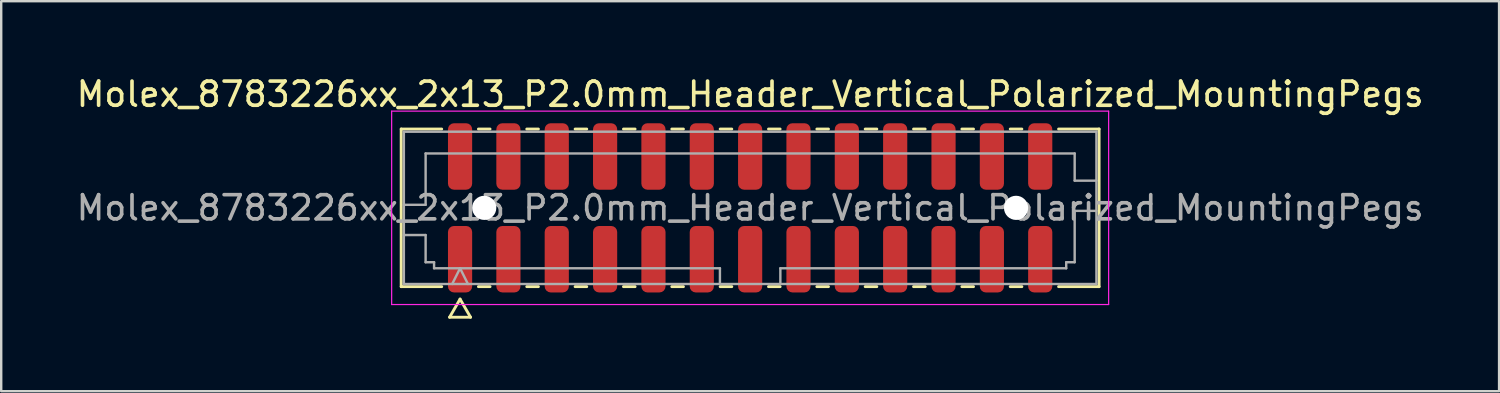
<source format=kicad_pcb>
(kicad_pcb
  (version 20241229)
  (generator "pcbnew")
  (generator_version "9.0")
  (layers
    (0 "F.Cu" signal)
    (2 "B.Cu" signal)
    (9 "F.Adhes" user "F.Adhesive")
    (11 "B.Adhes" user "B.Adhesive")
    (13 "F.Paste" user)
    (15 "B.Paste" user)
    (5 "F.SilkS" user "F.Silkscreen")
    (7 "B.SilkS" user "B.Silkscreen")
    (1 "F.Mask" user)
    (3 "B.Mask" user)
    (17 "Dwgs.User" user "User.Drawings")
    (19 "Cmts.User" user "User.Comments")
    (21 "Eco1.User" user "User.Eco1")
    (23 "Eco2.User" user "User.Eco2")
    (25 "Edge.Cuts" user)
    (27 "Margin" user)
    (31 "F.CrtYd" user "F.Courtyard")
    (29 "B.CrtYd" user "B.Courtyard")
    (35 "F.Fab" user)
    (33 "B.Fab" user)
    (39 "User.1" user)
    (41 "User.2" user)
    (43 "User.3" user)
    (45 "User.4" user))
  (footprint "Molex_8783226xx_2x13_P2.0mm_Header_Vertical_Polarized_MountingPegs"
    (layer "F.Cu")
    (at 27.982 5.548)
    (property "Reference" "Molex_8783226xx_2x13_P2.0mm_Header_Vertical_Polarized_MountingPegs" (at 0 -4.7 0) (layer "F.SilkS") (effects (font (size 1 1) (thickness 0.15))))
    (attr smd)
    (fp_line (start -14.435 -3.26) (end -12.76 -3.26) (stroke (width 0.12) (type solid)) (layer "F.SilkS"))
    (fp_line (start -14.435 3.26) (end -14.435 -3.26) (stroke (width 0.12) (type solid)) (layer "F.SilkS"))
    (fp_line (start -12.76 3.26) (end -14.435 3.26) (stroke (width 0.12) (type solid)) (layer "F.SilkS"))
    (fp_line (start -12.433 4.525) (end -12 3.775) (stroke (width 0.12) (type solid)) (layer "F.SilkS"))
    (fp_line (start -12 3.775) (end -11.567 4.525) (stroke (width 0.12) (type solid)) (layer "F.SilkS"))
    (fp_line (start -11.567 4.525) (end -12.433 4.525) (stroke (width 0.12) (type solid)) (layer "F.SilkS"))
    (fp_line (start -11.24 -3.26) (end -10.76 -3.26) (stroke (width 0.12) (type solid)) (layer "F.SilkS"))
    (fp_line (start -10.76 3.26) (end -11.24 3.26) (stroke (width 0.12) (type solid)) (layer "F.SilkS"))
    (fp_line (start -9.24 -3.26) (end -8.76 -3.26) (stroke (width 0.12) (type solid)) (layer "F.SilkS"))
    (fp_line (start -8.76 3.26) (end -9.24 3.26) (stroke (width 0.12) (type solid)) (layer "F.SilkS"))
    (fp_line (start -7.24 -3.26) (end -6.76 -3.26) (stroke (width 0.12) (type solid)) (layer "F.SilkS"))
    (fp_line (start -6.76 3.26) (end -7.24 3.26) (stroke (width 0.12) (type solid)) (layer "F.SilkS"))
    (fp_line (start -5.24 -3.26) (end -4.76 -3.26) (stroke (width 0.12) (type solid)) (layer "F.SilkS"))
    (fp_line (start -4.76 3.26) (end -5.24 3.26) (stroke (width 0.12) (type solid)) (layer "F.SilkS"))
    (fp_line (start -3.24 -3.26) (end -2.76 -3.26) (stroke (width 0.12) (type solid)) (layer "F.SilkS"))
    (fp_line (start -2.76 3.26) (end -3.24 3.26) (stroke (width 0.12) (type solid)) (layer "F.SilkS"))
    (fp_line (start -1.24 -3.26) (end -0.76 -3.26) (stroke (width 0.12) (type solid)) (layer "F.SilkS"))
    (fp_line (start -0.76 3.26) (end -1.24 3.26) (stroke (width 0.12) (type solid)) (layer "F.SilkS"))
    (fp_line (start 0.76 -3.26) (end 1.24 -3.26) (stroke (width 0.12) (type solid)) (layer "F.SilkS"))
    (fp_line (start 1.24 3.26) (end 0.76 3.26) (stroke (width 0.12) (type solid)) (layer "F.SilkS"))
    (fp_line (start 2.76 -3.26) (end 3.24 -3.26) (stroke (width 0.12) (type solid)) (layer "F.SilkS"))
    (fp_line (start 3.24 3.26) (end 2.76 3.26) (stroke (width 0.12) (type solid)) (layer "F.SilkS"))
    (fp_line (start 4.76 -3.26) (end 5.24 -3.26) (stroke (width 0.12) (type solid)) (layer "F.SilkS"))
    (fp_line (start 5.24 3.26) (end 4.76 3.26) (stroke (width 0.12) (type solid)) (layer "F.SilkS"))
    (fp_line (start 6.76 -3.26) (end 7.24 -3.26) (stroke (width 0.12) (type solid)) (layer "F.SilkS"))
    (fp_line (start 7.24 3.26) (end 6.76 3.26) (stroke (width 0.12) (type solid)) (layer "F.SilkS"))
    (fp_line (start 8.76 -3.26) (end 9.24 -3.26) (stroke (width 0.12) (type solid)) (layer "F.SilkS"))
    (fp_line (start 9.24 3.26) (end 8.76 3.26) (stroke (width 0.12) (type solid)) (layer "F.SilkS"))
    (fp_line (start 10.76 -3.26) (end 11.24 -3.26) (stroke (width 0.12) (type solid)) (layer "F.SilkS"))
    (fp_line (start 11.24 3.26) (end 10.76 3.26) (stroke (width 0.12) (type solid)) (layer "F.SilkS"))
    (fp_line (start 12.76 -3.26) (end 14.435 -3.26) (stroke (width 0.12) (type solid)) (layer "F.SilkS"))
    (fp_line (start 14.435 -3.26) (end 14.435 3.26) (stroke (width 0.12) (type solid)) (layer "F.SilkS"))
    (fp_line (start 14.435 3.26) (end 12.76 3.26) (stroke (width 0.12) (type solid)) (layer "F.SilkS"))
    (fp_line (start -14.83 -4) (end -14.83 4) (stroke (width 0.05) (type solid)) (layer "F.CrtYd"))
    (fp_line (start -14.83 4) (end 14.83 4) (stroke (width 0.05) (type solid)) (layer "F.CrtYd"))
    (fp_line (start 14.83 -4) (end -14.83 -4) (stroke (width 0.05) (type solid)) (layer "F.CrtYd"))
    (fp_line (start 14.83 4) (end 14.83 -4) (stroke (width 0.05) (type solid)) (layer "F.CrtYd"))
    (fp_line (start -14.325 -3.15) (end 14.325 -3.15) (stroke (width 0.1) (type solid)) (layer "F.Fab"))
    (fp_line (start -14.325 -0.125) (end -13.425 -0.125) (stroke (width 0.1) (type solid)) (layer "F.Fab"))
    (fp_line (start -14.325 1.125) (end -13.425 1.125) (stroke (width 0.1) (type solid)) (layer "F.Fab"))
    (fp_line (start -14.325 3.15) (end -14.325 -3.15) (stroke (width 0.1) (type solid)) (layer "F.Fab"))
    (fp_line (start -13.425 -2.25) (end 13.425 -2.25) (stroke (width 0.1) (type solid)) (layer "F.Fab"))
    (fp_line (start -13.425 -0.125) (end -13.425 -2.25) (stroke (width 0.1) (type solid)) (layer "F.Fab"))
    (fp_line (start -13.425 1.125) (end -13.425 2.25) (stroke (width 0.1) (type solid)) (layer "F.Fab"))
    (fp_line (start -13.425 2.25) (end -13.075 2.25) (stroke (width 0.1) (type solid)) (layer "F.Fab"))
    (fp_line (start -13.075 2.25) (end -13.075 2.5) (stroke (width 0.1) (type solid)) (layer "F.Fab"))
    (fp_line (start -13.075 2.5) (end -1.25 2.5) (stroke (width 0.1) (type solid)) (layer "F.Fab"))
    (fp_line (start -12.325 3.15) (end -12 2.5) (stroke (width 0.1) (type solid)) (layer "F.Fab"))
    (fp_line (start -12 2.5) (end -11.675 3.15) (stroke (width 0.1) (type solid)) (layer "F.Fab"))
    (fp_line (start -1.25 2.5) (end -1.25 3.15) (stroke (width 0.1) (type solid)) (layer "F.Fab"))
    (fp_line (start 1.25 2.5) (end 1.25 3.15) (stroke (width 0.1) (type solid)) (layer "F.Fab"))
    (fp_line (start 1.25 2.5) (end 13.075 2.5) (stroke (width 0.1) (type solid)) (layer "F.Fab"))
    (fp_line (start 13.075 2.25) (end 13.425 2.25) (stroke (width 0.1) (type solid)) (layer "F.Fab"))
    (fp_line (start 13.075 2.5) (end 13.075 2.25) (stroke (width 0.1) (type solid)) (layer "F.Fab"))
    (fp_line (start 13.425 -2.25) (end 13.425 -1.125) (stroke (width 0.1) (type solid)) (layer "F.Fab"))
    (fp_line (start 13.425 -1.125) (end 14.325 -1.125) (stroke (width 0.1) (type solid)) (layer "F.Fab"))
    (fp_line (start 13.425 0.125) (end 14.325 0.125) (stroke (width 0.1) (type solid)) (layer "F.Fab"))
    (fp_line (start 13.425 2.25) (end 13.425 0.125) (stroke (width 0.1) (type solid)) (layer "F.Fab"))
    (fp_line (start 14.325 -3.15) (end 14.325 3.15) (stroke (width 0.1) (type solid)) (layer "F.Fab"))
    (fp_line (start 14.325 3.15) (end -14.325 3.15) (stroke (width 0.1) (type solid)) (layer "F.Fab"))
    (fp_text user "${REFERENCE}" (at 0 0 0) (layer "F.Fab") (effects (font (size 1 1) (thickness 0.15))))
    (pad "" np_thru_hole circle (at -11 0) (size 1 1) (drill 1) (layers "*.Cu" "*.Mask"))
    (pad "" np_thru_hole circle (at 11 0) (size 1 1) (drill 1) (layers "*.Cu" "*.Mask"))
    (pad "1" smd roundrect (at -12 2.125) (size 1 2.75) (layers "F.Cu" "F.Mask" "F.Paste") (roundrect_rratio 0.25))
    (pad "2" smd roundrect (at -12 -2.125) (size 1 2.75) (layers "F.Cu" "F.Mask" "F.Paste") (roundrect_rratio 0.25))
    (pad "3" smd roundrect (at -10 2.125) (size 1 2.75) (layers "F.Cu" "F.Mask" "F.Paste") (roundrect_rratio 0.25))
    (pad "4" smd roundrect (at -10 -2.125) (size 1 2.75) (layers "F.Cu" "F.Mask" "F.Paste") (roundrect_rratio 0.25))
    (pad "5" smd roundrect (at -8 2.125) (size 1 2.75) (layers "F.Cu" "F.Mask" "F.Paste") (roundrect_rratio 0.25))
    (pad "6" smd roundrect (at -8 -2.125) (size 1 2.75) (layers "F.Cu" "F.Mask" "F.Paste") (roundrect_rratio 0.25))
    (pad "7" smd roundrect (at -6 2.125) (size 1 2.75) (layers "F.Cu" "F.Mask" "F.Paste") (roundrect_rratio 0.25))
    (pad "8" smd roundrect (at -6 -2.125) (size 1 2.75) (layers "F.Cu" "F.Mask" "F.Paste") (roundrect_rratio 0.25))
    (pad "9" smd roundrect (at -4 2.125) (size 1 2.75) (layers "F.Cu" "F.Mask" "F.Paste") (roundrect_rratio 0.25))
    (pad "10" smd roundrect (at -4 -2.125) (size 1 2.75) (layers "F.Cu" "F.Mask" "F.Paste") (roundrect_rratio 0.25))
    (pad "11" smd roundrect (at -2 2.125) (size 1 2.75) (layers "F.Cu" "F.Mask" "F.Paste") (roundrect_rratio 0.25))
    (pad "12" smd roundrect (at -2 -2.125) (size 1 2.75) (layers "F.Cu" "F.Mask" "F.Paste") (roundrect_rratio 0.25))
    (pad "13" smd roundrect (at 0 2.125) (size 1 2.75) (layers "F.Cu" "F.Mask" "F.Paste") (roundrect_rratio 0.25))
    (pad "14" smd roundrect (at 0 -2.125) (size 1 2.75) (layers "F.Cu" "F.Mask" "F.Paste") (roundrect_rratio 0.25))
    (pad "15" smd roundrect (at 2 2.125) (size 1 2.75) (layers "F.Cu" "F.Mask" "F.Paste") (roundrect_rratio 0.25))
    (pad "16" smd roundrect (at 2 -2.125) (size 1 2.75) (layers "F.Cu" "F.Mask" "F.Paste") (roundrect_rratio 0.25))
    (pad "17" smd roundrect (at 4 2.125) (size 1 2.75) (layers "F.Cu" "F.Mask" "F.Paste") (roundrect_rratio 0.25))
    (pad "18" smd roundrect (at 4 -2.125) (size 1 2.75) (layers "F.Cu" "F.Mask" "F.Paste") (roundrect_rratio 0.25))
    (pad "19" smd roundrect (at 6 2.125) (size 1 2.75) (layers "F.Cu" "F.Mask" "F.Paste") (roundrect_rratio 0.25))
    (pad "20" smd roundrect (at 6 -2.125) (size 1 2.75) (layers "F.Cu" "F.Mask" "F.Paste") (roundrect_rratio 0.25))
    (pad "21" smd roundrect (at 8 2.125) (size 1 2.75) (layers "F.Cu" "F.Mask" "F.Paste") (roundrect_rratio 0.25))
    (pad "22" smd roundrect (at 8 -2.125) (size 1 2.75) (layers "F.Cu" "F.Mask" "F.Paste") (roundrect_rratio 0.25))
    (pad "23" smd roundrect (at 10 2.125) (size 1 2.75) (layers "F.Cu" "F.Mask" "F.Paste") (roundrect_rratio 0.25))
    (pad "24" smd roundrect (at 10 -2.125) (size 1 2.75) (layers "F.Cu" "F.Mask" "F.Paste") (roundrect_rratio 0.25))
    (pad "25" smd roundrect (at 12 2.125) (size 1 2.75) (layers "F.Cu" "F.Mask" "F.Paste") (roundrect_rratio 0.25))
    (pad "26" smd roundrect (at 12 -2.125) (size 1 2.75) (layers "F.Cu" "F.Mask" "F.Paste") (roundrect_rratio 0.25)))
  (gr_rect
    (start -3 -3)
    (end 58.964 13.133)
    (stroke (width 0.1) (type default))
    (fill no)
    (layer "Edge.Cuts")))
</source>
